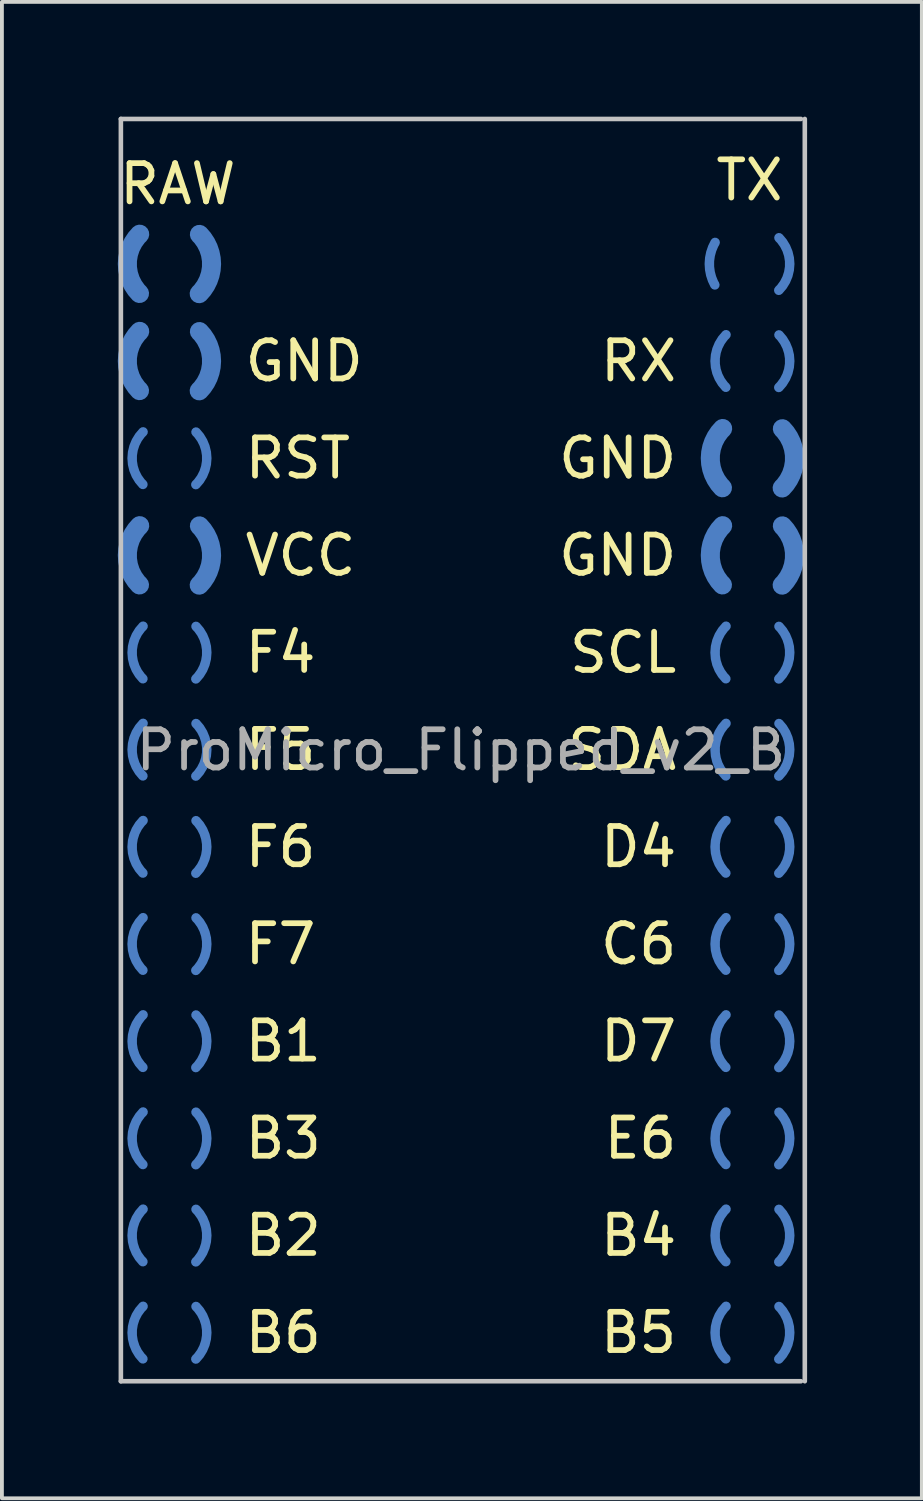
<source format=kicad_pcb>
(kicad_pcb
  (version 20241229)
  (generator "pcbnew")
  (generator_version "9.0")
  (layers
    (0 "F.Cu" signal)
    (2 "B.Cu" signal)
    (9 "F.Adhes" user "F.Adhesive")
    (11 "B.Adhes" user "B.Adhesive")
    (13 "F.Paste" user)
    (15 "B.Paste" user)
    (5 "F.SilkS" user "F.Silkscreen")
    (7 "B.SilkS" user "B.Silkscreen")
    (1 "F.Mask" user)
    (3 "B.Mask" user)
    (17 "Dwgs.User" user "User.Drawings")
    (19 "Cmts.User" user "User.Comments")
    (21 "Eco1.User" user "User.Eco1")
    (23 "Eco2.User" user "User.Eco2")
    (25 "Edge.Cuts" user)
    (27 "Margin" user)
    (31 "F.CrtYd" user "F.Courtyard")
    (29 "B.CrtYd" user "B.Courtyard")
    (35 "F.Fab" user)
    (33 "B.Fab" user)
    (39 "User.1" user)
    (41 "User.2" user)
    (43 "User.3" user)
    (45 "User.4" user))
  (footprint "ProMicro_Flipped_v2_B"
    (layer "F.Cu")
    (at 9 16.56)
    (property "Reference" "ProMicro_Flipped_v2_B" (at 0 0 0) (layer "F.Fab") (effects (font (size 1 1) (thickness 0.15))))
    (attr through_hole)
    (fp_line (start -8.89 -16.5) (end 8.89 -16.5) (stroke (width 0.12) (type solid)) (layer "Dwgs.User"))
    (fp_line (start -8.89 16.5) (end -8.89 -16.5) (stroke (width 0.12) (type solid)) (layer "Dwgs.User"))
    (fp_line (start 8.89 16.5) (end -8.89 16.5) (stroke (width 0.12) (type solid)) (layer "Dwgs.User"))
    (fp_line (start 8.99 16.5) (end 8.99 -16.5) (stroke (width 0.12) (type solid)) (layer "Dwgs.User"))
    (fp_text user "GND" (at -5.72 -10.17 0) (layer "F.SilkS") (effects (font (size 1 1) (thickness 0.15)) (justify left)))
    (fp_text user "B6" (at -5.72 15.23 0) (layer "F.SilkS") (effects (font (size 1 1) (thickness 0.15)) (justify left)))
    (fp_text user "RX" (at 5.72 -10.17 0) (layer "F.SilkS") (effects (font (size 1 1) (thickness 0.15)) (justify right)))
    (fp_text user "GND" (at 5.72 -5.09 0) (layer "F.SilkS") (effects (font (size 1 1) (thickness 0.15)) (justify right)))
    (fp_text user "B2" (at -5.72 12.69 0) (layer "F.SilkS") (effects (font (size 1 1) (thickness 0.15)) (justify left)))
    (fp_text user "C6" (at 5.72 5.07 0) (layer "F.SilkS") (effects (font (size 1 1) (thickness 0.15)) (justify right)))
    (fp_text user "B4" (at 5.72 12.69 0) (layer "F.SilkS") (effects (font (size 1 1) (thickness 0.15)) (justify right)))
    (fp_text user "RAW" (at -9 -14.8 0) (layer "F.SilkS") (effects (font (size 1 1) (thickness 0.15)) (justify left)))
    (fp_text user "F5" (at -5.72 -0.01 0) (layer "F.SilkS") (effects (font (size 1 1) (thickness 0.15)) (justify left)))
    (fp_text user "GND" (at 5.72 -7.63 0) (layer "F.SilkS") (effects (font (size 1 1) (thickness 0.15)) (justify right)))
    (fp_text user "D4" (at 5.72 2.53 0) (layer "F.SilkS") (effects (font (size 1 1) (thickness 0.15)) (justify right)))
    (fp_text user "SCL" (at 5.72 -2.55 0) (layer "F.SilkS") (effects (font (size 1 1) (thickness 0.15)) (justify right)))
    (fp_text user "B1" (at -5.72 7.61 0) (layer "F.SilkS") (effects (font (size 1 1) (thickness 0.15)) (justify left)))
    (fp_text user "F6" (at -5.72 2.53 0) (layer "F.SilkS") (effects (font (size 1 1) (thickness 0.15)) (justify left)))
    (fp_text user "TX" (at 8.5 -14.9 0) (layer "F.SilkS") (effects (font (size 1 1) (thickness 0.15)) (justify right)))
    (fp_text user "RST" (at -5.72 -7.63 0) (layer "F.SilkS") (effects (font (size 1 1) (thickness 0.15)) (justify left)))
    (fp_text user "B3" (at -5.72 10.15 0) (layer "F.SilkS") (effects (font (size 1 1) (thickness 0.15)) (justify left)))
    (fp_text user "D7" (at 5.72 7.61 0) (layer "F.SilkS") (effects (font (size 1 1) (thickness 0.15)) (justify right)))
    (fp_text user "VCC" (at -5.72 -5.09 0) (layer "F.SilkS") (effects (font (size 1 1) (thickness 0.15)) (justify left)))
    (fp_text user "B5" (at 5.72 15.23 0) (layer "F.SilkS") (effects (font (size 1 1) (thickness 0.15)) (justify right)))
    (fp_text user "F7" (at -5.72 5.07 0) (layer "F.SilkS") (effects (font (size 1 1) (thickness 0.15)) (justify left)))
    (fp_text user "F4" (at -5.72 -2.55 0) (layer "F.SilkS") (effects (font (size 1 1) (thickness 0.15)) (justify left)))
    (fp_text user "E6" (at 5.72 10.15 0) (layer "F.SilkS") (effects (font (size 1 1) (thickness 0.15)) (justify right)))
    (fp_text user "SDA" (at 5.72 -0.01 0) (layer "F.SilkS") (effects (font (size 1 1) (thickness 0.15)) (justify right)))
    (pad "1" smd custom (at 6.495 -12.71 180) (size 0.25 0.25) (layers "B.Cu" "B.Mask" "B.Paste") (options (anchor circle)) (primitives (gr_arc (start -0.000043 0.009815) (mid -0.039614 0.295909) (end -0.150721 0.5625) (width 0.25)) (gr_arc (start -0.14297 -0.548856) (mid -0.036578 -0.284534) (end -0.000002 -0.001961) (width 0.25))))
    (pad "1" smd custom (at 8.595 -12.71) (size 0.25 0.25) (layers "B.Cu" "B.Mask" "B.Paste") (options (anchor circle)) (primitives (gr_arc (start -0.000002 0.001696) (mid -0.074543 0.373899) (end -0.285571 0.689429) (width 0.25)) (gr_arc (start -0.280772 -0.684594) (mid -0.073243 -0.370753) (end -0.000002 -0.0017) (width 0.25))))
    (pad "2" smd custom (at 6.645 -10.17 180) (size 0.25 0.25) (layers "B.Cu" "B.Mask" "B.Paste") (options (anchor circle)) (primitives (gr_arc (start -0.000002 0.001696) (mid -0.074543 0.373899) (end -0.285571 0.689429) (width 0.25)) (gr_arc (start -0.280772 -0.684594) (mid -0.073243 -0.370753) (end -0.000002 -0.0017) (width 0.25))))
    (pad "2" smd custom (at 8.595 -10.17) (size 0.25 0.25) (layers "B.Cu" "B.Mask" "B.Paste") (options (anchor circle)) (primitives (gr_arc (start -0.000002 0.001696) (mid -0.074543 0.373899) (end -0.285571 0.689429) (width 0.25)) (gr_arc (start -0.280772 -0.684594) (mid -0.073243 -0.370753) (end -0.000002 -0.0017) (width 0.25))))
    (pad "3" smd custom (at 6.52 -7.63 180) (size 0.5 0.5) (layers "B.Cu" "B.Mask" "B.Paste") (options (anchor circle)) (primitives (gr_arc (start -0.000028 0.007685) (mid -0.085208 0.424497) (end -0.32218 0.777814) (width 0.5)) (gr_arc (start -0.316768 -0.772364) (mid -0.082633 -0.418287) (end -0.000002 -0.001919) (width 0.5))))
    (pad "3" smd custom (at 8.72 -7.63) (size 0.5 0.5) (layers "B.Cu" "B.Mask" "B.Paste") (options (anchor circle)) (primitives (gr_arc (start -0.000028 0.007685) (mid -0.085208 0.424497) (end -0.32218 0.777814) (width 0.5)) (gr_arc (start -0.316768 -0.772364) (mid -0.082633 -0.418287) (end -0.000002 -0.001919) (width 0.5))))
    (pad "4" smd custom (at 6.52 -5.09 180) (size 0.5 0.5) (layers "B.Cu" "B.Mask" "B.Paste") (options (anchor circle)) (primitives (gr_arc (start -0.000028 0.007685) (mid -0.085208 0.424497) (end -0.32218 0.777814) (width 0.5)) (gr_arc (start -0.316768 -0.772364) (mid -0.082633 -0.418287) (end -0.000002 -0.001919) (width 0.5))))
    (pad "4" smd custom (at 8.72 -5.09) (size 0.5 0.5) (layers "B.Cu" "B.Mask" "B.Paste") (options (anchor circle)) (primitives (gr_arc (start -0.000028 0.007685) (mid -0.085208 0.424497) (end -0.32218 0.777814) (width 0.5)) (gr_arc (start -0.316768 -0.772364) (mid -0.082633 -0.418287) (end -0.000002 -0.001919) (width 0.5))))
    (pad "5" smd custom (at 6.645 -2.55 180) (size 0.25 0.25) (layers "B.Cu" "B.Mask" "B.Paste") (options (anchor circle)) (primitives (gr_arc (start -0.000002 0.001696) (mid -0.074543 0.373899) (end -0.285571 0.689429) (width 0.25)) (gr_arc (start -0.280772 -0.684594) (mid -0.073243 -0.370753) (end -0.000002 -0.0017) (width 0.25))))
    (pad "5" smd custom (at 8.595 -2.55) (size 0.25 0.25) (layers "B.Cu" "B.Mask" "B.Paste") (options (anchor circle)) (primitives (gr_arc (start -0.000002 0.001696) (mid -0.074543 0.373899) (end -0.285571 0.689429) (width 0.25)) (gr_arc (start -0.280772 -0.684594) (mid -0.073243 -0.370753) (end -0.000002 -0.0017) (width 0.25))))
    (pad "6" smd custom (at 6.645 -0.01 180) (size 0.25 0.25) (layers "B.Cu" "B.Mask" "B.Paste") (options (anchor circle)) (primitives (gr_arc (start -0.000002 0.001696) (mid -0.074543 0.373899) (end -0.285571 0.689429) (width 0.25)) (gr_arc (start -0.280772 -0.684594) (mid -0.073243 -0.370753) (end -0.000002 -0.0017) (width 0.25))))
    (pad "6" smd custom (at 8.595 -0.01) (size 0.25 0.25) (layers "B.Cu" "B.Mask" "B.Paste") (options (anchor circle)) (primitives (gr_arc (start -0.000002 0.001696) (mid -0.074543 0.373899) (end -0.285571 0.689429) (width 0.25)) (gr_arc (start -0.280772 -0.684594) (mid -0.073243 -0.370753) (end -0.000002 -0.0017) (width 0.25))))
    (pad "7" smd custom (at 6.645 2.53 180) (size 0.25 0.25) (layers "B.Cu" "B.Mask" "B.Paste") (options (anchor circle)) (primitives (gr_arc (start -0.000002 0.001696) (mid -0.074543 0.373899) (end -0.285571 0.689429) (width 0.25)) (gr_arc (start -0.280772 -0.684594) (mid -0.073243 -0.370753) (end -0.000002 -0.0017) (width 0.25))))
    (pad "7" smd custom (at 8.595 2.53) (size 0.25 0.25) (layers "B.Cu" "B.Mask" "B.Paste") (options (anchor circle)) (primitives (gr_arc (start -0.000002 0.001696) (mid -0.074543 0.373899) (end -0.285571 0.689429) (width 0.25)) (gr_arc (start -0.280772 -0.684594) (mid -0.073243 -0.370753) (end -0.000002 -0.0017) (width 0.25))))
    (pad "8" smd custom (at 6.645 5.07 180) (size 0.25 0.25) (layers "B.Cu" "B.Mask" "B.Paste") (options (anchor circle)) (primitives (gr_arc (start -0.000002 0.001696) (mid -0.074543 0.373899) (end -0.285571 0.689429) (width 0.25)) (gr_arc (start -0.280772 -0.684594) (mid -0.073243 -0.370753) (end -0.000002 -0.0017) (width 0.25))))
    (pad "8" smd custom (at 8.595 5.07) (size 0.25 0.25) (layers "B.Cu" "B.Mask" "B.Paste") (options (anchor circle)) (primitives (gr_arc (start -0.000002 0.001696) (mid -0.074543 0.373899) (end -0.285571 0.689429) (width 0.25)) (gr_arc (start -0.280772 -0.684594) (mid -0.073243 -0.370753) (end -0.000002 -0.0017) (width 0.25))))
    (pad "9" smd custom (at 6.645 7.61 180) (size 0.25 0.25) (layers "B.Cu" "B.Mask" "B.Paste") (options (anchor circle)) (primitives (gr_arc (start -0.000002 0.001696) (mid -0.074543 0.373899) (end -0.285571 0.689429) (width 0.25)) (gr_arc (start -0.280772 -0.684594) (mid -0.073243 -0.370753) (end -0.000002 -0.0017) (width 0.25))))
    (pad "9" smd custom (at 8.595 7.61) (size 0.25 0.25) (layers "B.Cu" "B.Mask" "B.Paste") (options (anchor circle)) (primitives (gr_arc (start -0.000002 0.001696) (mid -0.074543 0.373899) (end -0.285571 0.689429) (width 0.25)) (gr_arc (start -0.280772 -0.684594) (mid -0.073243 -0.370753) (end -0.000002 -0.0017) (width 0.25))))
    (pad "10" smd custom (at 6.645 10.15 180) (size 0.25 0.25) (layers "B.Cu" "B.Mask" "B.Paste") (options (anchor circle)) (primitives (gr_arc (start -0.000002 0.001696) (mid -0.074543 0.373899) (end -0.285571 0.689429) (width 0.25)) (gr_arc (start -0.280772 -0.684594) (mid -0.073243 -0.370753) (end -0.000002 -0.0017) (width 0.25))))
    (pad "10" smd custom (at 8.595 10.15) (size 0.25 0.25) (layers "B.Cu" "B.Mask" "B.Paste") (options (anchor circle)) (primitives (gr_arc (start -0.000002 0.001696) (mid -0.074543 0.373899) (end -0.285571 0.689429) (width 0.25)) (gr_arc (start -0.280772 -0.684594) (mid -0.073243 -0.370753) (end -0.000002 -0.0017) (width 0.25))))
    (pad "11" smd custom (at 6.645 12.69 180) (size 0.25 0.25) (layers "B.Cu" "B.Mask" "B.Paste") (options (anchor circle)) (primitives (gr_arc (start -0.000002 0.001696) (mid -0.074543 0.373899) (end -0.285571 0.689429) (width 0.25)) (gr_arc (start -0.280772 -0.684594) (mid -0.073243 -0.370753) (end -0.000002 -0.0017) (width 0.25))))
    (pad "11" smd custom (at 8.595 12.69) (size 0.25 0.25) (layers "B.Cu" "B.Mask" "B.Paste") (options (anchor circle)) (primitives (gr_arc (start -0.000002 0.001696) (mid -0.074543 0.373899) (end -0.285571 0.689429) (width 0.25)) (gr_arc (start -0.280772 -0.684594) (mid -0.073243 -0.370753) (end -0.000002 -0.0017) (width 0.25))))
    (pad "12" smd custom (at 6.645 15.23 180) (size 0.25 0.25) (layers "B.Cu" "B.Mask" "B.Paste") (options (anchor circle)) (primitives (gr_arc (start -0.000002 0.001696) (mid -0.074543 0.373899) (end -0.285571 0.689429) (width 0.25)) (gr_arc (start -0.280772 -0.684594) (mid -0.073243 -0.370753) (end -0.000002 -0.0017) (width 0.25))))
    (pad "12" smd custom (at 8.595 15.23) (size 0.25 0.25) (layers "B.Cu" "B.Mask" "B.Paste") (options (anchor circle)) (primitives (gr_arc (start -0.000002 0.001696) (mid -0.074543 0.373899) (end -0.285571 0.689429) (width 0.25)) (gr_arc (start -0.280772 -0.684594) (mid -0.073243 -0.370753) (end -0.000002 -0.0017) (width 0.25))))
    (pad "13" smd custom (at -8.595 15.23 180) (size 0.25 0.25) (layers "B.Cu" "B.Mask" "B.Paste") (options (anchor circle)) (primitives (gr_arc (start -0.000002 0.001696) (mid -0.074543 0.373899) (end -0.285571 0.689429) (width 0.25)) (gr_arc (start -0.280772 -0.684594) (mid -0.073243 -0.370753) (end -0.000002 -0.0017) (width 0.25))))
    (pad "13" smd custom (at -6.645 15.23) (size 0.25 0.25) (layers "B.Cu" "B.Mask" "B.Paste") (options (anchor circle)) (primitives (gr_arc (start -0.000002 0.001696) (mid -0.074543 0.373899) (end -0.285571 0.689429) (width 0.25)) (gr_arc (start -0.280772 -0.684594) (mid -0.073243 -0.370753) (end -0.000002 -0.0017) (width 0.25))))
    (pad "14" smd custom (at -8.595 12.69 180) (size 0.25 0.25) (layers "B.Cu" "B.Mask" "B.Paste") (options (anchor circle)) (primitives (gr_arc (start -0.000002 0.001696) (mid -0.074543 0.373899) (end -0.285571 0.689429) (width 0.25)) (gr_arc (start -0.280772 -0.684594) (mid -0.073243 -0.370753) (end -0.000002 -0.0017) (width 0.25))))
    (pad "14" smd custom (at -6.645 12.69) (size 0.25 0.25) (layers "B.Cu" "B.Mask" "B.Paste") (options (anchor circle)) (primitives (gr_arc (start -0.000002 0.001696) (mid -0.074543 0.373899) (end -0.285571 0.689429) (width 0.25)) (gr_arc (start -0.280772 -0.684594) (mid -0.073243 -0.370753) (end -0.000002 -0.0017) (width 0.25))))
    (pad "15" smd custom (at -8.595 10.15 180) (size 0.25 0.25) (layers "B.Cu" "B.Mask" "B.Paste") (options (anchor circle)) (primitives (gr_arc (start -0.000002 0.001696) (mid -0.074543 0.373899) (end -0.285571 0.689429) (width 0.25)) (gr_arc (start -0.280772 -0.684594) (mid -0.073243 -0.370753) (end -0.000002 -0.0017) (width 0.25))))
    (pad "15" smd custom (at -6.645 10.15) (size 0.25 0.25) (layers "B.Cu" "B.Mask" "B.Paste") (options (anchor circle)) (primitives (gr_arc (start -0.000002 0.001696) (mid -0.074543 0.373899) (end -0.285571 0.689429) (width 0.25)) (gr_arc (start -0.280772 -0.684594) (mid -0.073243 -0.370753) (end -0.000002 -0.0017) (width 0.25))))
    (pad "16" smd custom (at -8.595 7.61 180) (size 0.25 0.25) (layers "B.Cu" "B.Mask" "B.Paste") (options (anchor circle)) (primitives (gr_arc (start -0.000002 0.001696) (mid -0.074543 0.373899) (end -0.285571 0.689429) (width 0.25)) (gr_arc (start -0.280772 -0.684594) (mid -0.073243 -0.370753) (end -0.000002 -0.0017) (width 0.25))))
    (pad "16" smd custom (at -6.645 7.61) (size 0.25 0.25) (layers "B.Cu" "B.Mask" "B.Paste") (options (anchor circle)) (primitives (gr_arc (start -0.000002 0.001696) (mid -0.074543 0.373899) (end -0.285571 0.689429) (width 0.25)) (gr_arc (start -0.280772 -0.684594) (mid -0.073243 -0.370753) (end -0.000002 -0.0017) (width 0.25))))
    (pad "17" smd custom (at -8.595 5.07 180) (size 0.25 0.25) (layers "B.Cu" "B.Mask" "B.Paste") (options (anchor circle)) (primitives (gr_arc (start -0.000002 0.001696) (mid -0.074543 0.373899) (end -0.285571 0.689429) (width 0.25)) (gr_arc (start -0.280772 -0.684594) (mid -0.073243 -0.370753) (end -0.000002 -0.0017) (width 0.25))))
    (pad "17" smd custom (at -6.645 5.07) (size 0.25 0.25) (layers "B.Cu" "B.Mask" "B.Paste") (options (anchor circle)) (primitives (gr_arc (start -0.000002 0.001696) (mid -0.074543 0.373899) (end -0.285571 0.689429) (width 0.25)) (gr_arc (start -0.280772 -0.684594) (mid -0.073243 -0.370753) (end -0.000002 -0.0017) (width 0.25))))
    (pad "18" smd custom (at -8.595 2.53 180) (size 0.25 0.25) (layers "B.Cu" "B.Mask" "B.Paste") (options (anchor circle)) (primitives (gr_arc (start -0.000002 0.001696) (mid -0.074543 0.373899) (end -0.285571 0.689429) (width 0.25)) (gr_arc (start -0.280772 -0.684594) (mid -0.073243 -0.370753) (end -0.000002 -0.0017) (width 0.25))))
    (pad "18" smd custom (at -6.645 2.53) (size 0.25 0.25) (layers "B.Cu" "B.Mask" "B.Paste") (options (anchor circle)) (primitives (gr_arc (start -0.000002 0.001696) (mid -0.074543 0.373899) (end -0.285571 0.689429) (width 0.25)) (gr_arc (start -0.280772 -0.684594) (mid -0.073243 -0.370753) (end -0.000002 -0.0017) (width 0.25))))
    (pad "19" smd custom (at -8.595 -0.01 180) (size 0.25 0.25) (layers "B.Cu" "B.Mask" "B.Paste") (options (anchor circle)) (primitives (gr_arc (start -0.000002 0.001696) (mid -0.074543 0.373899) (end -0.285571 0.689429) (width 0.25)) (gr_arc (start -0.280772 -0.684594) (mid -0.073243 -0.370753) (end -0.000002 -0.0017) (width 0.25))))
    (pad "19" smd custom (at -6.645 -0.01) (size 0.25 0.25) (layers "B.Cu" "B.Mask" "B.Paste") (options (anchor circle)) (primitives (gr_arc (start -0.000002 0.001696) (mid -0.074543 0.373899) (end -0.285571 0.689429) (width 0.25)) (gr_arc (start -0.280772 -0.684594) (mid -0.073243 -0.370753) (end -0.000002 -0.0017) (width 0.25))))
    (pad "20" smd custom (at -8.595 -2.55 180) (size 0.25 0.25) (layers "B.Cu" "B.Mask" "B.Paste") (options (anchor circle)) (primitives (gr_arc (start -0.000002 0.001696) (mid -0.074543 0.373899) (end -0.285571 0.689429) (width 0.25)) (gr_arc (start -0.280772 -0.684594) (mid -0.073243 -0.370753) (end -0.000002 -0.0017) (width 0.25))))
    (pad "20" smd custom (at -6.645 -2.55) (size 0.25 0.25) (layers "B.Cu" "B.Mask" "B.Paste") (options (anchor circle)) (primitives (gr_arc (start -0.000002 0.001696) (mid -0.074543 0.373899) (end -0.285571 0.689429) (width 0.25)) (gr_arc (start -0.280772 -0.684594) (mid -0.073243 -0.370753) (end -0.000002 -0.0017) (width 0.25))))
    (pad "21" smd custom (at -8.72 -5.09 180) (size 0.5 0.5) (layers "B.Cu" "B.Mask" "B.Paste") (options (anchor circle)) (primitives (gr_arc (start -0.000028 0.007685) (mid -0.085208 0.424497) (end -0.32218 0.777814) (width 0.5)) (gr_arc (start -0.316768 -0.772364) (mid -0.082633 -0.418287) (end -0.000002 -0.001919) (width 0.5))))
    (pad "21" smd custom (at -6.52 -5.09) (size 0.5 0.5) (layers "B.Cu" "B.Mask" "B.Paste") (options (anchor circle)) (primitives (gr_arc (start -0.000028 0.007685) (mid -0.085208 0.424497) (end -0.32218 0.777814) (width 0.5)) (gr_arc (start -0.316768 -0.772364) (mid -0.082633 -0.418287) (end -0.000002 -0.001919) (width 0.5))))
    (pad "22" smd custom (at -8.595 -7.63 180) (size 0.25 0.25) (layers "B.Cu" "B.Mask" "B.Paste") (options (anchor circle)) (primitives (gr_arc (start -0.000002 0.001696) (mid -0.074543 0.373899) (end -0.285571 0.689429) (width 0.25)) (gr_arc (start -0.280772 -0.684594) (mid -0.073243 -0.370753) (end -0.000002 -0.0017) (width 0.25))))
    (pad "22" smd custom (at -6.645 -7.63) (size 0.25 0.25) (layers "B.Cu" "B.Mask" "B.Paste") (options (anchor circle)) (primitives (gr_arc (start -0.000002 0.001696) (mid -0.074543 0.373899) (end -0.285571 0.689429) (width 0.25)) (gr_arc (start -0.280772 -0.684594) (mid -0.073243 -0.370753) (end -0.000002 -0.0017) (width 0.25))))
    (pad "23" smd custom (at -8.72 -10.17 180) (size 0.5 0.5) (layers "B.Cu" "B.Mask" "B.Paste") (options (anchor circle)) (primitives (gr_arc (start -0.000028 0.007685) (mid -0.085208 0.424497) (end -0.32218 0.777814) (width 0.5)) (gr_arc (start -0.316768 -0.772364) (mid -0.082633 -0.418287) (end -0.000002 -0.001919) (width 0.5))))
    (pad "23" smd custom (at -6.52 -10.17) (size 0.5 0.5) (layers "B.Cu" "B.Mask" "B.Paste") (options (anchor circle)) (primitives (gr_arc (start -0.000028 0.007685) (mid -0.085208 0.424497) (end -0.32218 0.777814) (width 0.5)) (gr_arc (start -0.316768 -0.772364) (mid -0.082633 -0.418287) (end -0.000002 -0.001919) (width 0.5))))
    (pad "24" smd custom (at -8.72 -12.71 180) (size 0.5 0.5) (layers "B.Cu" "B.Mask" "B.Paste") (options (anchor circle)) (primitives (gr_arc (start -0.000028 0.007685) (mid -0.085208 0.424497) (end -0.32218 0.777814) (width 0.5)) (gr_arc (start -0.316768 -0.772364) (mid -0.082633 -0.418287) (end -0.000002 -0.001919) (width 0.5))))
    (pad "24" smd custom (at -6.52 -12.71) (size 0.5 0.5) (layers "B.Cu" "B.Mask" "B.Paste") (options (anchor circle)) (primitives (gr_arc (start -0.000028 0.007685) (mid -0.085208 0.424497) (end -0.32218 0.777814) (width 0.5)) (gr_arc (start -0.316768 -0.772364) (mid -0.082633 -0.418287) (end -0.000002 -0.001919) (width 0.5)))))
  (gr_rect
    (start -3 -3)
    (end 21.05 36.12)
    (stroke (width 0.1) (type default))
    (fill no)
    (layer "Edge.Cuts")))
</source>
